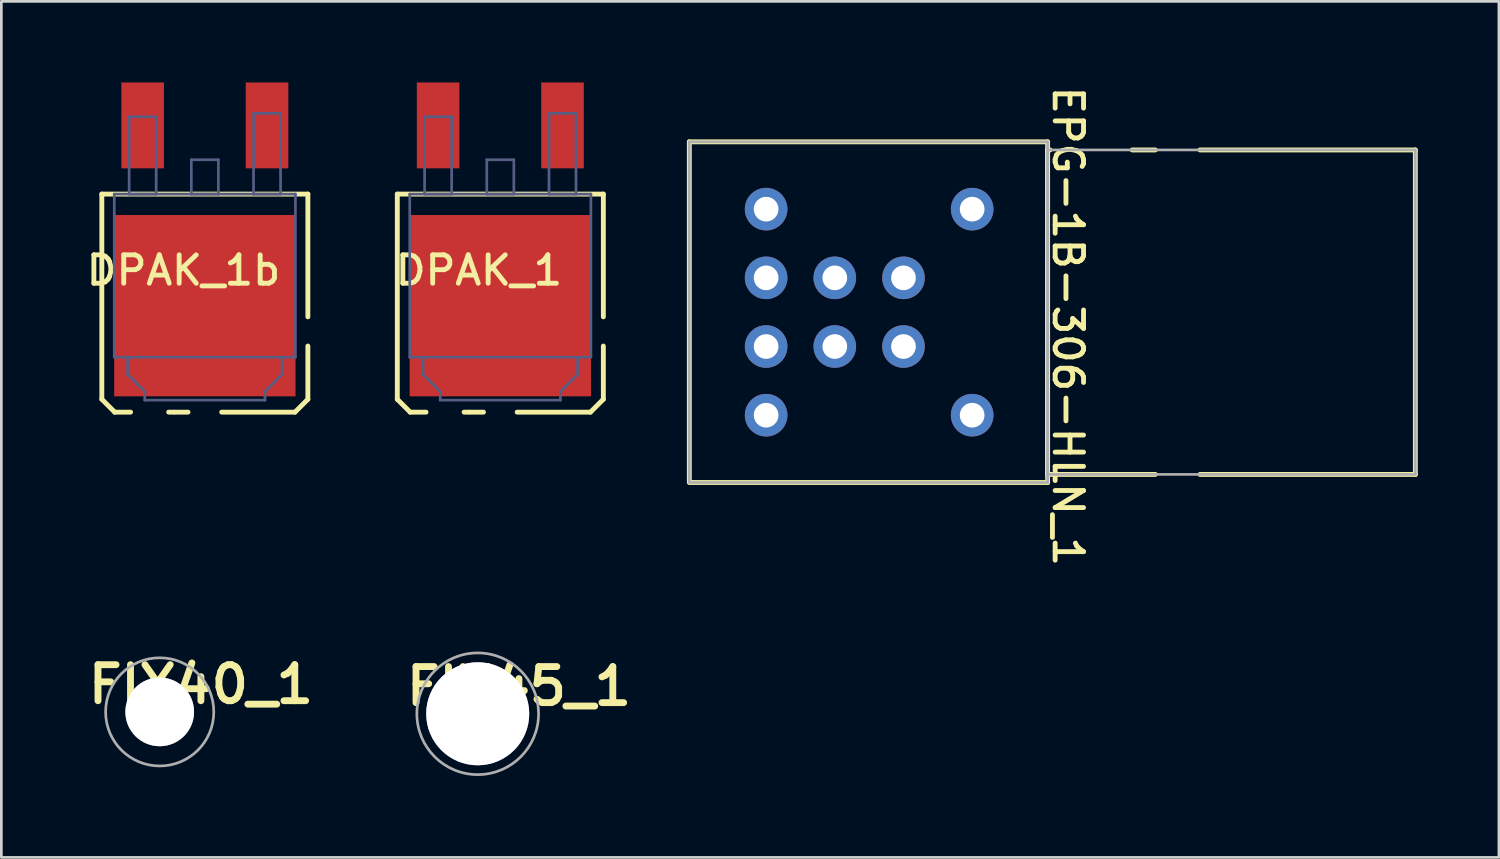
<source format=kicad_pcb>
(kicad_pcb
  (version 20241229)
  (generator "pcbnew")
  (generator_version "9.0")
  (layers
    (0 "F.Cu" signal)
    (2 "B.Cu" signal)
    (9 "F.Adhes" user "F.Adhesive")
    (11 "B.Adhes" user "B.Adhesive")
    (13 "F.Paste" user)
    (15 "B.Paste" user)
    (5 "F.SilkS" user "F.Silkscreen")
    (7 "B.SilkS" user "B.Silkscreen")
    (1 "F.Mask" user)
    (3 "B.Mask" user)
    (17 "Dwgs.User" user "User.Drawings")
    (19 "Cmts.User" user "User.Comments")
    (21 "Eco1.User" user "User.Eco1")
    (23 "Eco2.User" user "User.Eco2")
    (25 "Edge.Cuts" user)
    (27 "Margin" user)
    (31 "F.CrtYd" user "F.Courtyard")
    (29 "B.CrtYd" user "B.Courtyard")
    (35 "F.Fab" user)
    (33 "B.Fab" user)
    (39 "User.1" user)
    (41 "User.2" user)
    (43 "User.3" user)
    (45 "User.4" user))
  (footprint "FIX45_1"
    (layer "F.Cu")
    (at 14.617 23.347)
    (property "Reference" "FIX45_1" (at 1.524 -1.016 0) (unlocked yes) (layer "F.SilkS") (effects (font (size 1.333 1.402) (thickness 0.254))))
    (attr smd)
    (fp_circle (center 0 0) (end 2.25 0) (stroke (width 0.1) (type solid)) (fill no) (layer "F.Fab"))
    (pad "1" thru_hole circle (at 0 0) (size 3.81 3.81) (drill 4.623) (layers "*.Cu" "*.Mask")))
  (footprint "DPAK_1b"
    (layer "F.Cu")
    (at 4.526 6.477)
    (property "Reference" "DPAK_1b" (at -0.792 0.471 0) (unlocked yes) (layer "F.SilkS") (effects (font (size 1.05 1.104) (thickness 0.18))))
    (attr smd)
    (fp_line (start -3.81 -2.349) (end -3.81 5.239) (stroke (width 0.18) (type solid)) (layer "F.SilkS"))
    (fp_line (start -3.334 5.715) (end -3.81 5.239) (stroke (width 0.18) (type solid)) (layer "F.SilkS"))
    (fp_line (start -2.747 5.715) (end -3.334 5.715) (stroke (width 0.18) (type solid)) (layer "F.SilkS"))
    (fp_line (start -1.163 5.715) (end -1.339 5.715) (stroke (width 0.18) (type solid)) (layer "F.SilkS"))
    (fp_line (start -0.623 5.715) (end -1.123 5.715) (stroke (width 0.18) (type solid)) (layer "F.SilkS"))
    (fp_line (start 3.334 5.715) (end 0.623 5.715) (stroke (width 0.18) (type solid)) (layer "F.SilkS"))
    (fp_line (start 3.81 -2.349) (end -3.81 -2.349) (stroke (width 0.18) (type solid)) (layer "F.SilkS"))
    (fp_line (start 3.81 -2.349) (end 3.81 2.191) (stroke (width 0.18) (type solid)) (layer "F.SilkS"))
    (fp_line (start 3.81 3.27) (end 3.81 5.239) (stroke (width 0.18) (type solid)) (layer "F.SilkS"))
    (fp_line (start 3.81 5.239) (end 3.334 5.715) (stroke (width 0.18) (type solid)) (layer "F.SilkS"))
    (fp_line (start -3.35 -2.349) (end -3.35 3.683) (stroke (width 0.1) (type solid)) (layer "B.Fab"))
    (fp_line (start -2.857 3.683) (end -2.857 4.318) (stroke (width 0.1) (type solid)) (layer "B.Fab"))
    (fp_line (start -2.8 -5.207) (end -2.8 -2.349) (stroke (width 0.1) (type solid)) (layer "B.Fab"))
    (fp_line (start -2.223 4.953) (end -2.857 4.318) (stroke (width 0.1) (type solid)) (layer "B.Fab"))
    (fp_line (start -2.223 4.953) (end -2.223 5.271) (stroke (width 0.1) (type solid)) (layer "B.Fab"))
    (fp_line (start -1.8 -5.207) (end -2.8 -5.207) (stroke (width 0.1) (type solid)) (layer "B.Fab"))
    (fp_line (start -1.8 -5.207) (end -1.8 -2.349) (stroke (width 0.1) (type solid)) (layer "B.Fab"))
    (fp_line (start -1.8 -2.349) (end -2.8 -2.349) (stroke (width 0.1) (type solid)) (layer "B.Fab"))
    (fp_line (start -0.5 -3.619) (end -0.5 -2.349) (stroke (width 0.1) (type solid)) (layer "B.Fab"))
    (fp_line (start 0.5 -3.619) (end -0.5 -3.619) (stroke (width 0.1) (type solid)) (layer "B.Fab"))
    (fp_line (start 0.5 -3.619) (end 0.5 -2.349) (stroke (width 0.1) (type solid)) (layer "B.Fab"))
    (fp_line (start 0.5 -2.349) (end -0.5 -2.349) (stroke (width 0.1) (type solid)) (layer "B.Fab"))
    (fp_line (start 1.8 -5.334) (end 1.8 -2.349) (stroke (width 0.1) (type solid)) (layer "B.Fab"))
    (fp_line (start 2.223 4.953) (end 2.223 5.271) (stroke (width 0.1) (type solid)) (layer "B.Fab"))
    (fp_line (start 2.223 5.271) (end -2.223 5.271) (stroke (width 0.1) (type solid)) (layer "B.Fab"))
    (fp_line (start 2.8 -5.334) (end 1.8 -5.334) (stroke (width 0.1) (type solid)) (layer "B.Fab"))
    (fp_line (start 2.8 -5.334) (end 2.8 -2.349) (stroke (width 0.1) (type solid)) (layer "B.Fab"))
    (fp_line (start 2.8 -2.349) (end 1.8 -2.349) (stroke (width 0.1) (type solid)) (layer "B.Fab"))
    (fp_line (start 2.857 3.683) (end 2.857 4.318) (stroke (width 0.1) (type solid)) (layer "B.Fab"))
    (fp_line (start 2.857 4.318) (end 2.223 4.953) (stroke (width 0.1) (type solid)) (layer "B.Fab"))
    (fp_line (start 3.35 -2.349) (end -3.35 -2.349) (stroke (width 0.1) (type solid)) (layer "B.Fab"))
    (fp_line (start 3.35 -2.349) (end 3.35 3.683) (stroke (width 0.1) (type solid)) (layer "B.Fab"))
    (fp_line (start 3.35 3.683) (end -3.35 3.683) (stroke (width 0.1) (type solid)) (layer "B.Fab"))
    (pad "1" smd rect (at 2.3 -4.889 180) (size 1.575 3.175) (layers "F.Cu" "F.Mask" "F.Paste"))
    (pad "2" smd rect (at 0 1.778 180) (size 6.706 6.706) (layers "F.Cu" "F.Mask" "F.Paste"))
    (pad "3" smd rect (at -2.3 -4.889 180) (size 1.575 3.175) (layers "F.Cu" "F.Mask" "F.Paste")))
  (footprint "DPAK_1"
    (layer "F.Cu")
    (at 15.453 6.477)
    (property "Reference" "DPAK_1" (at -0.792 0.471 0) (unlocked yes) (layer "F.SilkS") (effects (font (size 1.05 1.104) (thickness 0.18))))
    (attr smd)
    (fp_line (start -3.81 -2.349) (end -3.81 5.239) (stroke (width 0.18) (type solid)) (layer "F.SilkS"))
    (fp_line (start -3.334 5.715) (end -3.81 5.239) (stroke (width 0.18) (type solid)) (layer "F.SilkS"))
    (fp_line (start -2.747 5.715) (end -3.334 5.715) (stroke (width 0.18) (type solid)) (layer "F.SilkS"))
    (fp_line (start -1.163 5.715) (end -1.339 5.715) (stroke (width 0.18) (type solid)) (layer "F.SilkS"))
    (fp_line (start -0.623 5.715) (end -1.123 5.715) (stroke (width 0.18) (type solid)) (layer "F.SilkS"))
    (fp_line (start 3.334 5.715) (end 0.623 5.715) (stroke (width 0.18) (type solid)) (layer "F.SilkS"))
    (fp_line (start 3.81 -2.349) (end -3.81 -2.349) (stroke (width 0.18) (type solid)) (layer "F.SilkS"))
    (fp_line (start 3.81 -2.349) (end 3.81 2.191) (stroke (width 0.18) (type solid)) (layer "F.SilkS"))
    (fp_line (start 3.81 3.27) (end 3.81 5.239) (stroke (width 0.18) (type solid)) (layer "F.SilkS"))
    (fp_line (start 3.81 5.239) (end 3.334 5.715) (stroke (width 0.18) (type solid)) (layer "F.SilkS"))
    (fp_line (start -3.35 -2.349) (end -3.35 3.683) (stroke (width 0.1) (type solid)) (layer "B.Fab"))
    (fp_line (start -2.857 3.683) (end -2.857 4.318) (stroke (width 0.1) (type solid)) (layer "B.Fab"))
    (fp_line (start -2.8 -5.207) (end -2.8 -2.349) (stroke (width 0.1) (type solid)) (layer "B.Fab"))
    (fp_line (start -2.223 4.953) (end -2.857 4.318) (stroke (width 0.1) (type solid)) (layer "B.Fab"))
    (fp_line (start -2.223 4.953) (end -2.223 5.271) (stroke (width 0.1) (type solid)) (layer "B.Fab"))
    (fp_line (start -1.8 -5.207) (end -2.8 -5.207) (stroke (width 0.1) (type solid)) (layer "B.Fab"))
    (fp_line (start -1.8 -5.207) (end -1.8 -2.349) (stroke (width 0.1) (type solid)) (layer "B.Fab"))
    (fp_line (start -1.8 -2.349) (end -2.8 -2.349) (stroke (width 0.1) (type solid)) (layer "B.Fab"))
    (fp_line (start -0.5 -3.619) (end -0.5 -2.349) (stroke (width 0.1) (type solid)) (layer "B.Fab"))
    (fp_line (start 0.5 -3.619) (end -0.5 -3.619) (stroke (width 0.1) (type solid)) (layer "B.Fab"))
    (fp_line (start 0.5 -3.619) (end 0.5 -2.349) (stroke (width 0.1) (type solid)) (layer "B.Fab"))
    (fp_line (start 0.5 -2.349) (end -0.5 -2.349) (stroke (width 0.1) (type solid)) (layer "B.Fab"))
    (fp_line (start 1.8 -5.334) (end 1.8 -2.349) (stroke (width 0.1) (type solid)) (layer "B.Fab"))
    (fp_line (start 2.223 4.953) (end 2.223 5.271) (stroke (width 0.1) (type solid)) (layer "B.Fab"))
    (fp_line (start 2.223 5.271) (end -2.223 5.271) (stroke (width 0.1) (type solid)) (layer "B.Fab"))
    (fp_line (start 2.8 -5.334) (end 1.8 -5.334) (stroke (width 0.1) (type solid)) (layer "B.Fab"))
    (fp_line (start 2.8 -5.334) (end 2.8 -2.349) (stroke (width 0.1) (type solid)) (layer "B.Fab"))
    (fp_line (start 2.8 -2.349) (end 1.8 -2.349) (stroke (width 0.1) (type solid)) (layer "B.Fab"))
    (fp_line (start 2.857 3.683) (end 2.857 4.318) (stroke (width 0.1) (type solid)) (layer "B.Fab"))
    (fp_line (start 2.857 4.318) (end 2.223 4.953) (stroke (width 0.1) (type solid)) (layer "B.Fab"))
    (fp_line (start 3.35 -2.349) (end -3.35 -2.349) (stroke (width 0.1) (type solid)) (layer "B.Fab"))
    (fp_line (start 3.35 -2.349) (end 3.35 3.683) (stroke (width 0.1) (type solid)) (layer "B.Fab"))
    (fp_line (start 3.35 3.683) (end -3.35 3.683) (stroke (width 0.1) (type solid)) (layer "B.Fab"))
    (pad "1" smd rect (at 2.3 -4.889 180) (size 1.575 3.175) (layers "F.Cu" "F.Mask" "F.Paste"))
    (pad "2" smd rect (at 0 1.778 180) (size 6.706 6.706) (layers "F.Cu" "F.Mask" "F.Paste"))
    (pad "3" smd rect (at -2.3 -4.889 180) (size 1.575 3.175) (layers "F.Cu" "F.Mask" "F.Paste")))
  (footprint "EPG-1B-306-HLN_1"
    (layer "F.Cu")
    (at 29.093 8.495)
    (property "Reference" "EPG-1B-306-HLN_1" (at 7.355 0.523 270) (unlocked yes) (layer "F.SilkS") (effects (font (size 1.05 1.104) (thickness 0.18))))
    (attr smd)
    (fp_line (start -6.65 -6.3) (end 6.6 -6.3) (stroke (width 0.18) (type solid)) (layer "F.SilkS"))
    (fp_line (start -6.65 6.3) (end -6.65 -6.3) (stroke (width 0.18) (type solid)) (layer "F.SilkS"))
    (fp_line (start -6.6 6.3) (end 6.6 6.3) (stroke (width 0.18) (type solid)) (layer "F.SilkS"))
    (fp_line (start 6.6 -6) (end 6.691 -6) (stroke (width 0.18) (type solid)) (layer "F.SilkS"))
    (fp_line (start 6.6 6) (end 6.6 -6) (stroke (width 0.18) (type solid)) (layer "F.SilkS"))
    (fp_line (start 6.6 6) (end 10.585 6) (stroke (width 0.18) (type solid)) (layer "F.SilkS"))
    (fp_line (start 6.6 6.3) (end 6.6 -6.3) (stroke (width 0.18) (type solid)) (layer "F.SilkS"))
    (fp_line (start 9.729 -6) (end 10.585 -6) (stroke (width 0.18) (type solid)) (layer "F.SilkS"))
    (fp_line (start 12.235 -6) (end 20.2 -6) (stroke (width 0.18) (type solid)) (layer "F.SilkS"))
    (fp_line (start 12.235 6) (end 20.2 6) (stroke (width 0.18) (type solid)) (layer "F.SilkS"))
    (fp_line (start 20.2 6) (end 20.2 -6) (stroke (width 0.18) (type solid)) (layer "F.SilkS"))
    (fp_line (start -6.65 -6.3) (end 6.6 -6.3) (stroke (width 0.1) (type solid)) (layer "F.Fab"))
    (fp_line (start -6.65 6.3) (end -6.65 -6.3) (stroke (width 0.1) (type solid)) (layer "F.Fab"))
    (fp_line (start -6.6 6.3) (end 6.6 6.3) (stroke (width 0.1) (type solid)) (layer "F.Fab"))
    (fp_line (start 6.6 -6) (end 20.2 -6) (stroke (width 0.1) (type solid)) (layer "F.Fab"))
    (fp_line (start 6.6 6) (end 6.6 -6) (stroke (width 0.1) (type solid)) (layer "F.Fab"))
    (fp_line (start 6.6 6) (end 20.2 6) (stroke (width 0.1) (type solid)) (layer "F.Fab"))
    (fp_line (start 6.6 6.3) (end 6.6 -6.3) (stroke (width 0.1) (type solid)) (layer "F.Fab"))
    (fp_line (start 20.2 6) (end 20.2 -6) (stroke (width 0.1) (type solid)) (layer "F.Fab"))
    (pad "1" thru_hole circle (at -3.81 1.27) (size 1.575 1.575) (drill 0.914) (layers "*.Cu" "*.Mask"))
    (pad "2" thru_hole circle (at -1.27 1.27) (size 1.575 1.575) (drill 0.914) (layers "*.Cu" "*.Mask"))
    (pad "3" thru_hole circle (at 1.27 1.27) (size 1.575 1.575) (drill 0.914) (layers "*.Cu" "*.Mask"))
    (pad "4" thru_hole circle (at -3.81 -1.27) (size 1.575 1.575) (drill 0.914) (layers "*.Cu" "*.Mask"))
    (pad "5" thru_hole circle (at -1.27 -1.27) (size 1.575 1.575) (drill 0.914) (layers "*.Cu" "*.Mask"))
    (pad "6" thru_hole circle (at 1.27 -1.27) (size 1.575 1.575) (drill 0.914) (layers "*.Cu" "*.Mask"))
    (pad "7" thru_hole circle (at -3.81 3.81) (size 1.575 1.575) (drill 0.914) (layers "*.Cu" "*.Mask"))
    (pad "8" thru_hole circle (at 3.81 3.81) (size 1.575 1.575) (drill 0.914) (layers "*.Cu" "*.Mask"))
    (pad "9" thru_hole circle (at 3.81 -3.81) (size 1.575 1.575) (drill 0.914) (layers "*.Cu" "*.Mask"))
    (pad "10" thru_hole circle (at -3.81 -3.81) (size 1.575 1.575) (drill 0.914) (layers "*.Cu" "*.Mask")))
  (footprint "FIX40_1"
    (layer "F.Cu")
    (at 2.856 23.277)
    (property "Reference" "FIX40_1" (at 1.524 -1.016 0) (unlocked yes) (layer "F.SilkS") (effects (font (size 1.333 1.402) (thickness 0.254))))
    (attr smd)
    (fp_circle (center 0 0) (end 2 0) (stroke (width 0.1) (type solid)) (fill no) (layer "F.Fab"))
    (pad "1" thru_hole circle (at 0 0) (size 2.54 2.54) (drill 4.013) (layers "*.Cu" "*.Mask")))
  (gr_rect
    (start -3 -3)
    (end 52.383 28.659)
    (stroke (width 0.1) (type default))
    (fill no)
    (layer "Edge.Cuts")))
</source>
